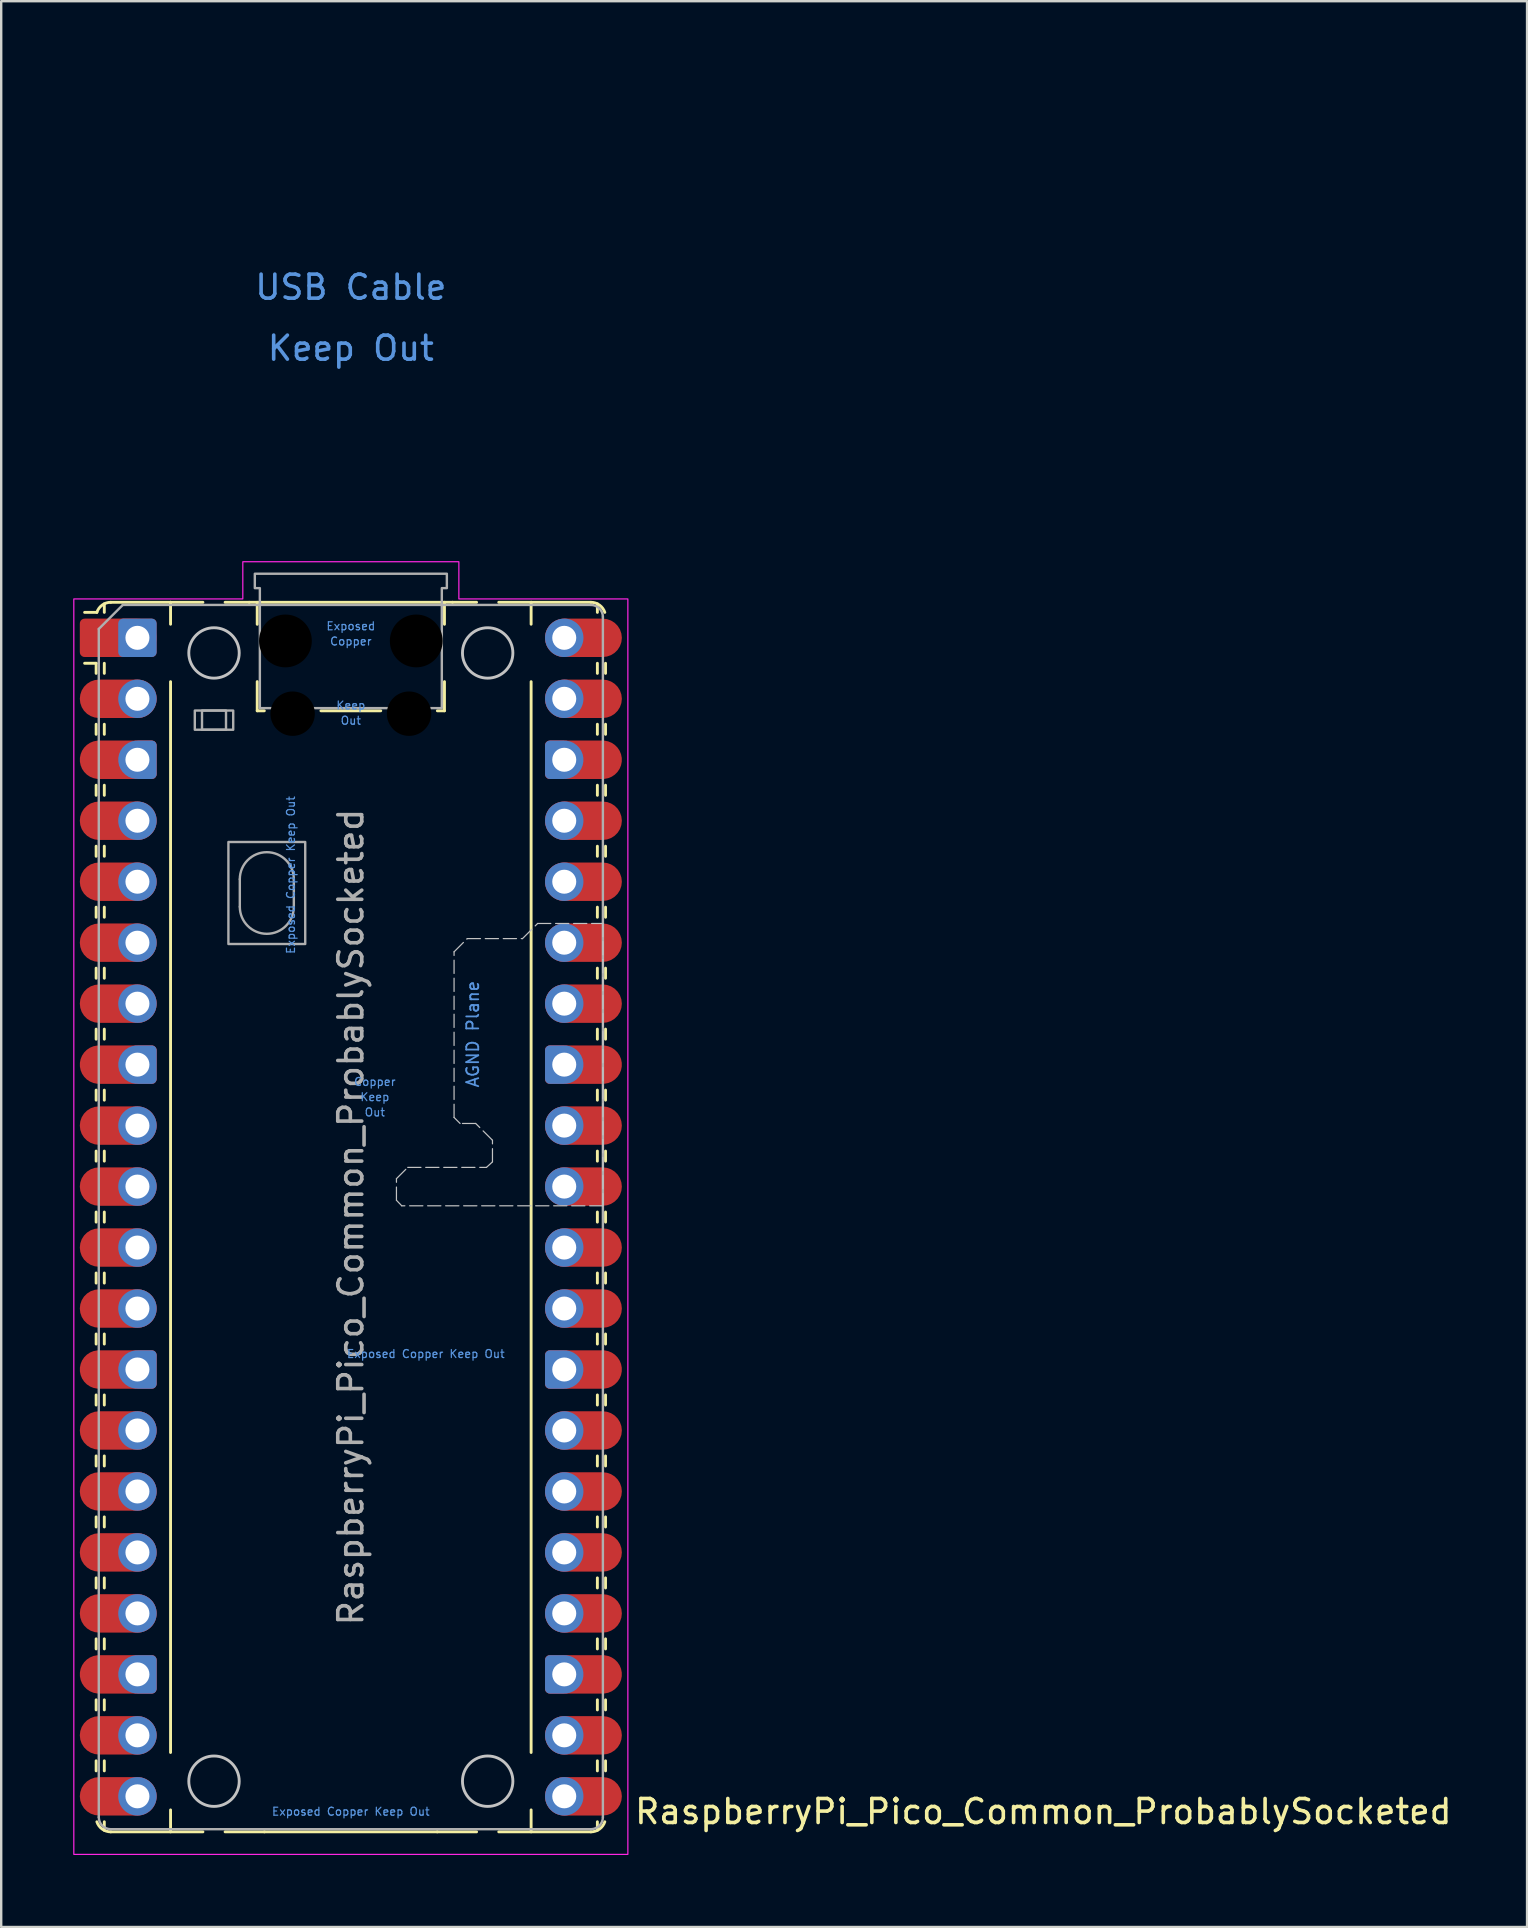
<source format=kicad_pcb>
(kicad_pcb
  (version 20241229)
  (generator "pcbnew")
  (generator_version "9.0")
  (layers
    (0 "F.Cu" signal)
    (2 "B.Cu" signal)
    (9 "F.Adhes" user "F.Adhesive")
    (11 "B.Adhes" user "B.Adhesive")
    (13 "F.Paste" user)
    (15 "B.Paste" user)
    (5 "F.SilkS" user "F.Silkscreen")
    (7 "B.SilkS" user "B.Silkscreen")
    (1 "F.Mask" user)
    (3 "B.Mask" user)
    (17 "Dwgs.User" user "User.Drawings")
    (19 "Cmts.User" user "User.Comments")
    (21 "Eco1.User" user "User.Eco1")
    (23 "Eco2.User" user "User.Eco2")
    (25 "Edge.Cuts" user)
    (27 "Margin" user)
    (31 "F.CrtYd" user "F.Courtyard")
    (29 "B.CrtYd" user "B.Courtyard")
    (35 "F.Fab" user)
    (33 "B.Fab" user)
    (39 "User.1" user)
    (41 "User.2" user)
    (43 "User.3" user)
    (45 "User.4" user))
  (footprint "RaspberryPi_Pico_Common_ProbablySocketed"
    (layer "F.Cu")
    (at 11.565 47.65)
    (property "Reference" "RaspberryPi_Pico_Common_ProbablySocketed" (at 11.748 24.765 0) (unlocked yes) (layer "F.SilkS") (effects (font (size 1 1) (thickness 0.15)) (justify left)))
    (attr through_hole)
    (fp_line (start -10.61 -23.07) (end -11.09 -23.07) (stroke (width 0.12) (type solid)) (layer "F.SilkS"))
    (fp_line (start -10.61 -23.07) (end -10.61 -22.65) (stroke (width 0.12) (type solid)) (layer "F.SilkS"))
    (fp_line (start -10.61 -20.53) (end -10.61 -20.11) (stroke (width 0.12) (type solid)) (layer "F.SilkS"))
    (fp_line (start -10.61 -17.99) (end -10.61 -17.57) (stroke (width 0.12) (type solid)) (layer "F.SilkS"))
    (fp_line (start -10.61 -15.45) (end -10.61 -15.03) (stroke (width 0.12) (type solid)) (layer "F.SilkS"))
    (fp_line (start -10.61 -12.91) (end -10.61 -12.49) (stroke (width 0.12) (type solid)) (layer "F.SilkS"))
    (fp_line (start -10.61 -10.37) (end -10.61 -9.95) (stroke (width 0.12) (type solid)) (layer "F.SilkS"))
    (fp_line (start -10.61 -7.83) (end -10.61 -7.41) (stroke (width 0.12) (type solid)) (layer "F.SilkS"))
    (fp_line (start -10.61 -5.29) (end -10.61 -4.87) (stroke (width 0.12) (type solid)) (layer "F.SilkS"))
    (fp_line (start -10.61 -2.75) (end -10.61 -2.33) (stroke (width 0.12) (type solid)) (layer "F.SilkS"))
    (fp_line (start -10.61 -0.21) (end -10.61 0.21) (stroke (width 0.12) (type solid)) (layer "F.SilkS"))
    (fp_line (start -10.61 2.33) (end -10.61 2.75) (stroke (width 0.12) (type solid)) (layer "F.SilkS"))
    (fp_line (start -10.61 4.87) (end -10.61 5.29) (stroke (width 0.12) (type solid)) (layer "F.SilkS"))
    (fp_line (start -10.61 7.41) (end -10.61 7.83) (stroke (width 0.12) (type solid)) (layer "F.SilkS"))
    (fp_line (start -10.61 9.95) (end -10.61 10.37) (stroke (width 0.12) (type solid)) (layer "F.SilkS"))
    (fp_line (start -10.61 12.49) (end -10.61 12.91) (stroke (width 0.12) (type solid)) (layer "F.SilkS"))
    (fp_line (start -10.61 15.03) (end -10.61 15.45) (stroke (width 0.12) (type solid)) (layer "F.SilkS"))
    (fp_line (start -10.61 17.57) (end -10.61 17.99) (stroke (width 0.12) (type solid)) (layer "F.SilkS"))
    (fp_line (start -10.61 20.11) (end -10.61 20.53) (stroke (width 0.12) (type solid)) (layer "F.SilkS"))
    (fp_line (start -10.61 22.65) (end -10.61 23.07) (stroke (width 0.12) (type solid)) (layer "F.SilkS"))
    (fp_line (start -10.58 -25.19) (end -11.09 -25.19) (stroke (width 0.12) (type solid)) (layer "F.SilkS"))
    (fp_line (start -10.27 -25.19) (end -10.27 -25.547) (stroke (width 0.12) (type solid)) (layer "F.SilkS"))
    (fp_line (start -10.27 -23.07) (end -10.27 -22.65) (stroke (width 0.12) (type solid)) (layer "F.SilkS"))
    (fp_line (start -10.27 -20.53) (end -10.27 -20.11) (stroke (width 0.12) (type solid)) (layer "F.SilkS"))
    (fp_line (start -10.27 -17.99) (end -10.27 -17.57) (stroke (width 0.12) (type solid)) (layer "F.SilkS"))
    (fp_line (start -10.27 -15.45) (end -10.27 -15.03) (stroke (width 0.12) (type solid)) (layer "F.SilkS"))
    (fp_line (start -10.27 -12.91) (end -10.27 -12.49) (stroke (width 0.12) (type solid)) (layer "F.SilkS"))
    (fp_line (start -10.27 -10.37) (end -10.27 -9.95) (stroke (width 0.12) (type solid)) (layer "F.SilkS"))
    (fp_line (start -10.27 -7.83) (end -10.27 -7.41) (stroke (width 0.12) (type solid)) (layer "F.SilkS"))
    (fp_line (start -10.27 -5.29) (end -10.27 -4.87) (stroke (width 0.12) (type solid)) (layer "F.SilkS"))
    (fp_line (start -10.27 -2.75) (end -10.27 -2.33) (stroke (width 0.12) (type solid)) (layer "F.SilkS"))
    (fp_line (start -10.27 -0.21) (end -10.27 0.21) (stroke (width 0.12) (type solid)) (layer "F.SilkS"))
    (fp_line (start -10.27 2.33) (end -10.27 2.75) (stroke (width 0.12) (type solid)) (layer "F.SilkS"))
    (fp_line (start -10.27 4.87) (end -10.27 5.29) (stroke (width 0.12) (type solid)) (layer "F.SilkS"))
    (fp_line (start -10.27 7.41) (end -10.27 7.83) (stroke (width 0.12) (type solid)) (layer "F.SilkS"))
    (fp_line (start -10.27 9.95) (end -10.27 10.37) (stroke (width 0.12) (type solid)) (layer "F.SilkS"))
    (fp_line (start -10.27 12.49) (end -10.27 12.91) (stroke (width 0.12) (type solid)) (layer "F.SilkS"))
    (fp_line (start -10.27 15.03) (end -10.27 15.45) (stroke (width 0.12) (type solid)) (layer "F.SilkS"))
    (fp_line (start -10.27 17.57) (end -10.27 17.99) (stroke (width 0.12) (type solid)) (layer "F.SilkS"))
    (fp_line (start -10.27 20.11) (end -10.27 20.53) (stroke (width 0.12) (type solid)) (layer "F.SilkS"))
    (fp_line (start -10.27 22.65) (end -10.27 23.07) (stroke (width 0.12) (type solid)) (layer "F.SilkS"))
    (fp_line (start -10.27 25.19) (end -10.27 25.547) (stroke (width 0.12) (type solid)) (layer "F.SilkS"))
    (fp_line (start -10 -25.61) (end -7.51 -25.61) (stroke (width 0.12) (type solid)) (layer "F.SilkS"))
    (fp_line (start -10 25.61) (end -6.162 25.61) (stroke (width 0.12) (type solid)) (layer "F.SilkS"))
    (fp_line (start -7.51 -25.61) (end -7.51 -24.696) (stroke (width 0.12) (type solid)) (layer "F.SilkS"))
    (fp_line (start -7.51 -25.61) (end -6.162 -25.61) (stroke (width 0.12) (type solid)) (layer "F.SilkS"))
    (fp_line (start -7.51 -22.304) (end -7.51 22.304) (stroke (width 0.12) (type solid)) (layer "F.SilkS"))
    (fp_line (start -7.51 24.696) (end -7.51 25.61) (stroke (width 0.12) (type solid)) (layer "F.SilkS"))
    (fp_line (start -5.238 -25.61) (end -4.235 -25.61) (stroke (width 0.12) (type solid)) (layer "F.SilkS"))
    (fp_line (start -4.235 -25.61) (end 4.235 -25.61) (stroke (width 0.12) (type solid)) (layer "F.SilkS"))
    (fp_line (start -3.9 -25.61) (end -3.9 -24.694) (stroke (width 0.12) (type solid)) (layer "F.SilkS"))
    (fp_line (start -3.9 -22.306) (end -3.9 -21.09) (stroke (width 0.12) (type solid)) (layer "F.SilkS"))
    (fp_line (start -3.9 -21.09) (end -3.604 -21.09) (stroke (width 0.12) (type solid)) (layer "F.SilkS"))
    (fp_line (start -3.6 25.61) (end -5.238 25.61) (stroke (width 0.12) (type solid)) (layer "F.SilkS"))
    (fp_line (start -1.246 -21.09) (end 1.246 -21.09) (stroke (width 0.12) (type solid)) (layer "F.SilkS"))
    (fp_line (start 3.6 25.61) (end -3.6 25.61) (stroke (width 0.12) (type solid)) (layer "F.SilkS"))
    (fp_line (start 3.604 -21.09) (end 3.9 -21.09) (stroke (width 0.12) (type solid)) (layer "F.SilkS"))
    (fp_line (start 3.9 -25.61) (end 3.9 -24.694) (stroke (width 0.12) (type solid)) (layer "F.SilkS"))
    (fp_line (start 3.9 -22.306) (end 3.9 -21.09) (stroke (width 0.12) (type solid)) (layer "F.SilkS"))
    (fp_line (start 4.235 -25.61) (end 5.238 -25.61) (stroke (width 0.12) (type solid)) (layer "F.SilkS"))
    (fp_line (start 5.238 25.61) (end 3.6 25.61) (stroke (width 0.12) (type solid)) (layer "F.SilkS"))
    (fp_line (start 6.162 -25.61) (end 7.51 -25.61) (stroke (width 0.12) (type solid)) (layer "F.SilkS"))
    (fp_line (start 6.162 25.61) (end 10 25.61) (stroke (width 0.12) (type solid)) (layer "F.SilkS"))
    (fp_line (start 7.51 -25.61) (end 7.51 -24.696) (stroke (width 0.12) (type solid)) (layer "F.SilkS"))
    (fp_line (start 7.51 -22.304) (end 7.51 22.304) (stroke (width 0.12) (type solid)) (layer "F.SilkS"))
    (fp_line (start 7.51 24.696) (end 7.51 25.61) (stroke (width 0.12) (type solid)) (layer "F.SilkS"))
    (fp_line (start 10 -25.61) (end 7.51 -25.61) (stroke (width 0.12) (type solid)) (layer "F.SilkS"))
    (fp_line (start 10.27 -25.19) (end 10.27 -25.547) (stroke (width 0.12) (type solid)) (layer "F.SilkS"))
    (fp_line (start 10.27 -23.07) (end 10.27 -22.65) (stroke (width 0.12) (type solid)) (layer "F.SilkS"))
    (fp_line (start 10.27 -20.53) (end 10.27 -20.11) (stroke (width 0.12) (type solid)) (layer "F.SilkS"))
    (fp_line (start 10.27 -17.99) (end 10.27 -17.57) (stroke (width 0.12) (type solid)) (layer "F.SilkS"))
    (fp_line (start 10.27 -15.45) (end 10.27 -15.03) (stroke (width 0.12) (type solid)) (layer "F.SilkS"))
    (fp_line (start 10.27 -12.91) (end 10.27 -12.49) (stroke (width 0.12) (type solid)) (layer "F.SilkS"))
    (fp_line (start 10.27 -10.37) (end 10.27 -9.95) (stroke (width 0.12) (type solid)) (layer "F.SilkS"))
    (fp_line (start 10.27 -7.83) (end 10.27 -7.41) (stroke (width 0.12) (type solid)) (layer "F.SilkS"))
    (fp_line (start 10.27 -5.29) (end 10.27 -4.87) (stroke (width 0.12) (type solid)) (layer "F.SilkS"))
    (fp_line (start 10.27 -2.75) (end 10.27 -2.33) (stroke (width 0.12) (type solid)) (layer "F.SilkS"))
    (fp_line (start 10.27 -0.21) (end 10.27 0.21) (stroke (width 0.12) (type solid)) (layer "F.SilkS"))
    (fp_line (start 10.27 2.33) (end 10.27 2.75) (stroke (width 0.12) (type solid)) (layer "F.SilkS"))
    (fp_line (start 10.27 4.87) (end 10.27 5.29) (stroke (width 0.12) (type solid)) (layer "F.SilkS"))
    (fp_line (start 10.27 7.41) (end 10.27 7.83) (stroke (width 0.12) (type solid)) (layer "F.SilkS"))
    (fp_line (start 10.27 9.95) (end 10.27 10.37) (stroke (width 0.12) (type solid)) (layer "F.SilkS"))
    (fp_line (start 10.27 12.49) (end 10.27 12.91) (stroke (width 0.12) (type solid)) (layer "F.SilkS"))
    (fp_line (start 10.27 15.03) (end 10.27 15.45) (stroke (width 0.12) (type solid)) (layer "F.SilkS"))
    (fp_line (start 10.27 17.57) (end 10.27 17.99) (stroke (width 0.12) (type solid)) (layer "F.SilkS"))
    (fp_line (start 10.27 20.11) (end 10.27 20.53) (stroke (width 0.12) (type solid)) (layer "F.SilkS"))
    (fp_line (start 10.27 22.65) (end 10.27 23.07) (stroke (width 0.12) (type solid)) (layer "F.SilkS"))
    (fp_line (start 10.27 25.19) (end 10.27 25.547) (stroke (width 0.12) (type solid)) (layer "F.SilkS"))
    (fp_line (start 10.61 -23.07) (end 10.61 -22.65) (stroke (width 0.12) (type solid)) (layer "F.SilkS"))
    (fp_line (start 10.61 -20.53) (end 10.61 -20.11) (stroke (width 0.12) (type solid)) (layer "F.SilkS"))
    (fp_line (start 10.61 -17.99) (end 10.61 -17.57) (stroke (width 0.12) (type solid)) (layer "F.SilkS"))
    (fp_line (start 10.61 -15.45) (end 10.61 -15.03) (stroke (width 0.12) (type solid)) (layer "F.SilkS"))
    (fp_line (start 10.61 -12.91) (end 10.61 -12.49) (stroke (width 0.12) (type solid)) (layer "F.SilkS"))
    (fp_line (start 10.61 -10.37) (end 10.61 -9.95) (stroke (width 0.12) (type solid)) (layer "F.SilkS"))
    (fp_line (start 10.61 -7.83) (end 10.61 -7.41) (stroke (width 0.12) (type solid)) (layer "F.SilkS"))
    (fp_line (start 10.61 -5.29) (end 10.61 -4.87) (stroke (width 0.12) (type solid)) (layer "F.SilkS"))
    (fp_line (start 10.61 -2.75) (end 10.61 -2.33) (stroke (width 0.12) (type solid)) (layer "F.SilkS"))
    (fp_line (start 10.61 -0.21) (end 10.61 0.21) (stroke (width 0.12) (type solid)) (layer "F.SilkS"))
    (fp_line (start 10.61 2.33) (end 10.61 2.75) (stroke (width 0.12) (type solid)) (layer "F.SilkS"))
    (fp_line (start 10.61 4.87) (end 10.61 5.29) (stroke (width 0.12) (type solid)) (layer "F.SilkS"))
    (fp_line (start 10.61 7.41) (end 10.61 7.83) (stroke (width 0.12) (type solid)) (layer "F.SilkS"))
    (fp_line (start 10.61 9.95) (end 10.61 10.37) (stroke (width 0.12) (type solid)) (layer "F.SilkS"))
    (fp_line (start 10.61 12.49) (end 10.61 12.91) (stroke (width 0.12) (type solid)) (layer "F.SilkS"))
    (fp_line (start 10.61 15.03) (end 10.61 15.45) (stroke (width 0.12) (type solid)) (layer "F.SilkS"))
    (fp_line (start 10.61 17.57) (end 10.61 17.99) (stroke (width 0.12) (type solid)) (layer "F.SilkS"))
    (fp_line (start 10.61 20.11) (end 10.61 20.53) (stroke (width 0.12) (type solid)) (layer "F.SilkS"))
    (fp_line (start 10.61 22.65) (end 10.61 23.07) (stroke (width 0.12) (type solid)) (layer "F.SilkS"))
    (fp_arc (start -10.579676 -25.19) (mid -10.357938 -25.493944) (end -10 -25.61) (stroke (width 0.12) (type solid)) (layer "F.SilkS"))
    (fp_arc (start -10 25.61) (mid -10.357937 25.493944) (end -10.579676 25.189937) (stroke (width 0.12) (type solid)) (layer "F.SilkS"))
    (fp_arc (start 10 -25.61) (mid 10.357937 -25.493944) (end 10.579676 -25.189937) (stroke (width 0.12) (type solid)) (layer "F.SilkS"))
    (fp_arc (start 10.579676 25.189937) (mid 10.357946 25.493957) (end 10 25.61) (stroke (width 0.12) (type solid)) (layer "F.SilkS"))
    (fp_circle (center -5.7 -23.5) (end -4.65 -23.5) (stroke (width 0.12) (type solid)) (fill no) (layer "Dwgs.User"))
    (fp_circle (center -5.7 23.5) (end -4.65 23.5) (stroke (width 0.12) (type solid)) (fill no) (layer "Dwgs.User"))
    (fp_circle (center 5.7 -23.5) (end 6.75 -23.5) (stroke (width 0.12) (type solid)) (fill no) (layer "Dwgs.User"))
    (fp_circle (center 5.7 23.5) (end 6.75 23.5) (stroke (width 0.12) (type solid)) (fill no) (layer "Dwgs.User"))
    (fp_poly (pts (xy 10.5 -0.47) (xy 2.12 -0.47) (xy 1.9 -0.7) (xy 1.9 -1.6) (xy 2.37 -2.07) (xy 5.65 -2.07) (xy 5.9 -2.3) (xy 5.9 -3.2) (xy 5.2 -3.9) (xy 4.55 -3.9) (xy 4.3 -4.15) (xy 4.3 -11.05) (xy 4.85 -11.6) (xy 7.15 -11.6) (xy 7.78 -12.23) (xy 10.5 -12.23)) (stroke (width 0.05) (type dash)) (fill no) (layer "Dwgs.User"))
    (fp_poly (pts (xy -4.5 -27.3) (xy 4.5 -27.3) (xy 4.5 -25.75) (xy 11.54 -25.75) (xy 11.54 26.55) (xy -11.54 26.55) (xy -11.54 -25.75) (xy -4.5 -25.75)) (stroke (width 0.05) (type solid)) (fill no) (layer "F.CrtYd"))
    (fp_line (start -10.5 -24.5) (end -9.5 -25.5) (stroke (width 0.1) (type solid)) (layer "F.Fab"))
    (fp_line (start -10.5 25) (end -10.5 -24.5) (stroke (width 0.1) (type solid)) (layer "F.Fab"))
    (fp_line (start -9.5 -25.5) (end 10 -25.5) (stroke (width 0.1) (type solid)) (layer "F.Fab"))
    (fp_line (start -4.625 -14.075) (end -4.625 -12.925) (stroke (width 0.1) (type solid)) (layer "F.Fab"))
    (fp_line (start -2.375 -14.075) (end -2.375 -12.925) (stroke (width 0.1) (type solid)) (layer "F.Fab"))
    (fp_line (start 10 25.5) (end -10 25.5) (stroke (width 0.1) (type solid)) (layer "F.Fab"))
    (fp_line (start 10.5 -25) (end 10.5 25) (stroke (width 0.1) (type solid)) (layer "F.Fab"))
    (fp_rect (start -6.5 -21.1) (end -4.9 -20.3) (stroke (width 0.1) (type solid)) (fill no) (layer "F.Fab"))
    (fp_rect (start -6.2 -21.1) (end -5.2 -20.3) (stroke (width 0.1) (type solid)) (fill no) (layer "F.Fab"))
    (fp_rect (start -5.1 -15.625) (end -1.9 -11.375) (stroke (width 0.1) (type solid)) (fill no) (layer "F.Fab"))
    (fp_arc (start -10 25.5) (mid -10.353553 25.353553) (end -10.5 25) (stroke (width 0.1) (type solid)) (layer "F.Fab"))
    (fp_arc (start -4.625 -14.075) (mid -3.5 -15.2) (end -2.375 -14.075) (stroke (width 0.1) (type solid)) (layer "F.Fab"))
    (fp_arc (start -2.375 -12.925) (mid -3.5 -11.8) (end -4.625 -12.925) (stroke (width 0.1) (type solid)) (layer "F.Fab"))
    (fp_arc (start 10 -25.5) (mid 10.353553 -25.353553) (end 10.5 -25) (stroke (width 0.1) (type solid)) (layer "F.Fab"))
    (fp_arc (start 10.5 25) (mid 10.353553 25.353553) (end 10 25.5) (stroke (width 0.1) (type solid)) (layer "F.Fab"))
    (fp_poly (pts (xy 3.79 -21.2) (xy 3.79 -26.2) (xy 4 -26.2) (xy 4 -26.8) (xy -4 -26.8) (xy -4 -26.2) (xy -3.79 -26.2) (xy -3.79 -21.2)) (stroke (width 0.1) (type solid)) (fill no) (layer "F.Fab"))
    (fp_text user "Exposed Copper Keep Out" (at 3.124 5.7 0) (unlocked yes) (layer "Cmts.User") (effects (font (size 0.333 0.333) (thickness 0.05))))
    (fp_text user "Copper" (at 0 -23.983 0) (unlocked yes) (layer "Cmts.User") (effects (font (size 0.333 0.333) (thickness 0.05))))
    (fp_text user "AGND Plane" (at 5.08 -7.62 90) (unlocked yes) (layer "Cmts.User") (effects (font (size 0.5 0.5) (thickness 0.075))))
    (fp_text user "Keep" (at 1 -5 0) (unlocked yes) (layer "Cmts.User") (effects (font (size 0.333 0.333) (thickness 0.05))))
    (fp_text user "USB Cable" (at 0 -38.735 0) (unlocked yes) (layer "Cmts.User") (effects (font (size 1 1) (thickness 0.15))))
    (fp_text user "Exposed Copper Keep Out" (at -2.5 -14.25 90) (unlocked yes) (layer "Cmts.User") (effects (font (size 0.333 0.333) (thickness 0.05))))
    (fp_text user "Out" (at 0 -20.683 0) (unlocked yes) (layer "Cmts.User") (effects (font (size 0.333 0.333) (thickness 0.05))))
    (fp_text user "Exposed" (at 0 -24.617 0) (unlocked yes) (layer "Cmts.User") (effects (font (size 0.333 0.333) (thickness 0.05))))
    (fp_text user "Copper" (at 1 -5.635 0) (unlocked yes) (layer "Cmts.User") (effects (font (size 0.333 0.333) (thickness 0.05))))
    (fp_text user "Keep" (at 0 -21.317 0) (unlocked yes) (layer "Cmts.User") (effects (font (size 0.333 0.333) (thickness 0.05))))
    (fp_text user "Exposed Copper Keep Out" (at 0 24.765 0) (unlocked yes) (layer "Cmts.User") (effects (font (size 0.333 0.333) (thickness 0.05))))
    (fp_text user "Out" (at 1 -4.365 0) (unlocked yes) (layer "Cmts.User") (effects (font (size 0.333 0.333) (thickness 0.05))))
    (fp_text user "Keep Out" (at 0 -36.195 0) (unlocked yes) (layer "Cmts.User") (effects (font (size 1 1) (thickness 0.15))))
    (fp_text user "${REFERENCE}" (at 0 0 90) (layer "F.Fab") (effects (font (size 1 1) (thickness 0.15))))
    (pad "" np_thru_hole circle (at -2.725 -24) (size 2.2 2.2) (drill 2.2) (layers "*.Mask"))
    (pad "" np_thru_hole circle (at -2.425 -20.97) (size 1.85 1.85) (drill 1.85) (layers "*.Mask"))
    (pad "" np_thru_hole circle (at 2.425 -20.97) (size 1.85 1.85) (drill 1.85) (layers "*.Mask"))
    (pad "" np_thru_hole circle (at 2.725 -24) (size 2.2 2.2) (drill 2.2) (layers "*.Mask"))
    (pad "1" smd custom (at -9.69 -24.13) (size 1.6 0.8) (layers "F.Cu" "F.Mask") (options (anchor rect)) (primitives (gr_circle (center 0.8 0) (end 1.6 0) (width 0) (fill yes)) (gr_poly (pts (xy -1.6 -0.6) (xy -1.6 0.6) (xy -1.4 0.8) (xy 0.8 0.8) (xy 0.8 -0.8) (xy -1.4 -0.8)) (width 0) (fill yes)) (gr_circle (center -1.4 -0.6) (end -1.2 -0.6) (width 0) (fill yes)) (gr_circle (center -1.4 0.6) (end -1.2 0.6) (width 0) (fill yes))))
    (pad "1" thru_hole roundrect (at -8.89 -24.13) (size 1.6 1.6) (drill 1) (layers "*.Cu" "*.Mask") (roundrect_rratio 0.125))
    (pad "2" smd roundrect (at -9.69 -21.59) (size 3.2 1.6) (layers "F.Cu" "F.Mask") (roundrect_rratio 0.5))
    (pad "2" thru_hole circle (at -8.89 -21.59) (size 1.6 1.6) (drill 1) (layers "*.Cu" "*.Mask"))
    (pad "3" smd custom (at -9.69 -19.05) (size 1.6 0.8) (layers "F.Cu" "F.Mask") (options (anchor rect)) (primitives (gr_circle (center -0.8 0) (end 0 0) (width 0) (fill yes)) (gr_poly (pts (xy 1.6 -0.6) (xy 1.6 0.6) (xy 1.4 0.8) (xy -0.8 0.8) (xy -0.8 -0.8) (xy 1.4 -0.8)) (width 0) (fill yes)) (gr_circle (center 1.4 -0.6) (end 1.6 -0.6) (width 0) (fill yes)) (gr_circle (center 1.4 0.6) (end 1.6 0.6) (width 0) (fill yes))))
    (pad "3" thru_hole custom (at -8.89 -19.05) (size 1.6 1.6) (drill 1) (layers "*.Cu" "*.Mask") (options (anchor circle)) (primitives (gr_poly (pts (xy 0.8 0.6) (xy 0.8 -0.6) (xy 0.6 -0.8) (xy 0 -0.8) (xy 0 0.8) (xy 0.6 0.8)) (width 0) (fill yes)) (gr_circle (center 0.6 0.6) (end 0.8 0.6) (width 0) (fill yes)) (gr_circle (center 0.6 -0.6) (end 0.8 -0.6) (width 0) (fill yes))))
    (pad "4" smd roundrect (at -9.69 -16.51) (size 3.2 1.6) (layers "F.Cu" "F.Mask") (roundrect_rratio 0.5))
    (pad "4" thru_hole circle (at -8.89 -16.51) (size 1.6 1.6) (drill 1) (layers "*.Cu" "*.Mask"))
    (pad "5" smd roundrect (at -9.69 -13.97) (size 3.2 1.6) (layers "F.Cu" "F.Mask") (roundrect_rratio 0.5))
    (pad "5" thru_hole circle (at -8.89 -13.97) (size 1.6 1.6) (drill 1) (layers "*.Cu" "*.Mask"))
    (pad "6" smd roundrect (at -9.69 -11.43) (size 3.2 1.6) (layers "F.Cu" "F.Mask") (roundrect_rratio 0.5))
    (pad "6" thru_hole circle (at -8.89 -11.43) (size 1.6 1.6) (drill 1) (layers "*.Cu" "*.Mask"))
    (pad "7" smd roundrect (at -9.69 -8.89) (size 3.2 1.6) (layers "F.Cu" "F.Mask") (roundrect_rratio 0.5))
    (pad "7" thru_hole circle (at -8.89 -8.89) (size 1.6 1.6) (drill 1) (layers "*.Cu" "*.Mask"))
    (pad "8" smd custom (at -9.69 -6.35) (size 1.6 0.8) (layers "F.Cu" "F.Mask") (options (anchor rect)) (primitives (gr_circle (center -0.8 0) (end 0 0) (width 0) (fill yes)) (gr_poly (pts (xy 1.6 -0.6) (xy 1.6 0.6) (xy 1.4 0.8) (xy -0.8 0.8) (xy -0.8 -0.8) (xy 1.4 -0.8)) (width 0) (fill yes)) (gr_circle (center 1.4 -0.6) (end 1.6 -0.6) (width 0) (fill yes)) (gr_circle (center 1.4 0.6) (end 1.6 0.6) (width 0) (fill yes))))
    (pad "8" thru_hole custom (at -8.89 -6.35) (size 1.6 1.6) (drill 1) (layers "*.Cu" "*.Mask") (options (anchor circle)) (primitives (gr_poly (pts (xy 0.8 0.6) (xy 0.8 -0.6) (xy 0.6 -0.8) (xy 0 -0.8) (xy 0 0.8) (xy 0.6 0.8)) (width 0) (fill yes)) (gr_circle (center 0.6 0.6) (end 0.8 0.6) (width 0) (fill yes)) (gr_circle (center 0.6 -0.6) (end 0.8 -0.6) (width 0) (fill yes))))
    (pad "9" smd roundrect (at -9.69 -3.81) (size 3.2 1.6) (layers "F.Cu" "F.Mask") (roundrect_rratio 0.5))
    (pad "9" thru_hole circle (at -8.89 -3.81) (size 1.6 1.6) (drill 1) (layers "*.Cu" "*.Mask"))
    (pad "10" smd roundrect (at -9.69 -1.27) (size 3.2 1.6) (layers "F.Cu" "F.Mask") (roundrect_rratio 0.5))
    (pad "10" thru_hole circle (at -8.89 -1.27) (size 1.6 1.6) (drill 1) (layers "*.Cu" "*.Mask"))
    (pad "11" smd roundrect (at -9.69 1.27) (size 3.2 1.6) (layers "F.Cu" "F.Mask") (roundrect_rratio 0.5))
    (pad "11" thru_hole circle (at -8.89 1.27) (size 1.6 1.6) (drill 1) (layers "*.Cu" "*.Mask"))
    (pad "12" smd roundrect (at -9.69 3.81) (size 3.2 1.6) (layers "F.Cu" "F.Mask") (roundrect_rratio 0.5))
    (pad "12" thru_hole circle (at -8.89 3.81) (size 1.6 1.6) (drill 1) (layers "*.Cu" "*.Mask"))
    (pad "13" smd custom (at -9.69 6.35) (size 1.6 0.8) (layers "F.Cu" "F.Mask") (options (anchor rect)) (primitives (gr_circle (center -0.8 0) (end 0 0) (width 0) (fill yes)) (gr_poly (pts (xy 1.6 -0.6) (xy 1.6 0.6) (xy 1.4 0.8) (xy -0.8 0.8) (xy -0.8 -0.8) (xy 1.4 -0.8)) (width 0) (fill yes)) (gr_circle (center 1.4 -0.6) (end 1.6 -0.6) (width 0) (fill yes)) (gr_circle (center 1.4 0.6) (end 1.6 0.6) (width 0) (fill yes))))
    (pad "13" thru_hole custom (at -8.89 6.35) (size 1.6 1.6) (drill 1) (layers "*.Cu" "*.Mask") (options (anchor circle)) (primitives (gr_poly (pts (xy 0.8 0.6) (xy 0.8 -0.6) (xy 0.6 -0.8) (xy 0 -0.8) (xy 0 0.8) (xy 0.6 0.8)) (width 0) (fill yes)) (gr_circle (center 0.6 0.6) (end 0.8 0.6) (width 0) (fill yes)) (gr_circle (center 0.6 -0.6) (end 0.8 -0.6) (width 0) (fill yes))))
    (pad "14" smd roundrect (at -9.69 8.89) (size 3.2 1.6) (layers "F.Cu" "F.Mask") (roundrect_rratio 0.5))
    (pad "14" thru_hole circle (at -8.89 8.89) (size 1.6 1.6) (drill 1) (layers "*.Cu" "*.Mask"))
    (pad "15" smd roundrect (at -9.69 11.43) (size 3.2 1.6) (layers "F.Cu" "F.Mask") (roundrect_rratio 0.5))
    (pad "15" thru_hole circle (at -8.89 11.43) (size 1.6 1.6) (drill 1) (layers "*.Cu" "*.Mask"))
    (pad "16" smd roundrect (at -9.69 13.97) (size 3.2 1.6) (layers "F.Cu" "F.Mask") (roundrect_rratio 0.5))
    (pad "16" thru_hole circle (at -8.89 13.97) (size 1.6 1.6) (drill 1) (layers "*.Cu" "*.Mask"))
    (pad "17" smd roundrect (at -9.69 16.51) (size 3.2 1.6) (layers "F.Cu" "F.Mask") (roundrect_rratio 0.5))
    (pad "17" thru_hole circle (at -8.89 16.51) (size 1.6 1.6) (drill 1) (layers "*.Cu" "*.Mask"))
    (pad "18" smd custom (at -9.69 19.05) (size 1.6 0.8) (layers "F.Cu" "F.Mask") (options (anchor rect)) (primitives (gr_circle (center -0.8 0) (end 0 0) (width 0) (fill yes)) (gr_poly (pts (xy 1.6 -0.6) (xy 1.6 0.6) (xy 1.4 0.8) (xy -0.8 0.8) (xy -0.8 -0.8) (xy 1.4 -0.8)) (width 0) (fill yes)) (gr_circle (center 1.4 -0.6) (end 1.6 -0.6) (width 0) (fill yes)) (gr_circle (center 1.4 0.6) (end 1.6 0.6) (width 0) (fill yes))))
    (pad "18" thru_hole custom (at -8.89 19.05) (size 1.6 1.6) (drill 1) (layers "*.Cu" "*.Mask") (options (anchor circle)) (primitives (gr_poly (pts (xy 0.8 0.6) (xy 0.8 -0.6) (xy 0.6 -0.8) (xy 0 -0.8) (xy 0 0.8) (xy 0.6 0.8)) (width 0) (fill yes)) (gr_circle (center 0.6 0.6) (end 0.8 0.6) (width 0) (fill yes)) (gr_circle (center 0.6 -0.6) (end 0.8 -0.6) (width 0) (fill yes))))
    (pad "19" smd roundrect (at -9.69 21.59) (size 3.2 1.6) (layers "F.Cu" "F.Mask") (roundrect_rratio 0.5))
    (pad "19" thru_hole circle (at -8.89 21.59) (size 1.6 1.6) (drill 1) (layers "*.Cu" "*.Mask"))
    (pad "20" smd roundrect (at -9.69 24.13) (size 3.2 1.6) (layers "F.Cu" "F.Mask") (roundrect_rratio 0.5))
    (pad "20" thru_hole circle (at -8.89 24.13) (size 1.6 1.6) (drill 1) (layers "*.Cu" "*.Mask"))
    (pad "21" thru_hole circle (at 8.89 24.13) (size 1.6 1.6) (drill 1) (layers "*.Cu" "*.Mask"))
    (pad "21" smd roundrect (at 9.69 24.13) (size 3.2 1.6) (layers "F.Cu" "F.Mask") (roundrect_rratio 0.5))
    (pad "22" thru_hole circle (at 8.89 21.59) (size 1.6 1.6) (drill 1) (layers "*.Cu" "*.Mask"))
    (pad "22" smd roundrect (at 9.69 21.59) (size 3.2 1.6) (layers "F.Cu" "F.Mask") (roundrect_rratio 0.5))
    (pad "23" thru_hole custom (at 8.89 19.05) (size 1.6 1.6) (drill 1) (layers "*.Cu" "*.Mask") (options (anchor circle)) (primitives (gr_poly (pts (xy -0.8 0.6) (xy -0.8 -0.6) (xy -0.6 -0.8) (xy 0 -0.8) (xy 0 0.8) (xy -0.6 0.8)) (width 0) (fill yes)) (gr_circle (center -0.6 0.6) (end -0.4 0.6) (width 0) (fill yes)) (gr_circle (center -0.6 -0.6) (end -0.4 -0.6) (width 0) (fill yes))))
    (pad "23" smd custom (at 9.69 19.05) (size 1.6 0.8) (layers "F.Cu" "F.Mask") (options (anchor rect)) (primitives (gr_circle (center 0.8 0) (end 1.6 0) (width 0) (fill yes)) (gr_poly (pts (xy -1.6 -0.6) (xy -1.6 0.6) (xy -1.4 0.8) (xy 0.8 0.8) (xy 0.8 -0.8) (xy -1.4 -0.8)) (width 0) (fill yes)) (gr_circle (center -1.4 -0.6) (end -1.2 -0.6) (width 0) (fill yes)) (gr_circle (center -1.4 0.6) (end -1.2 0.6) (width 0) (fill yes))))
    (pad "24" thru_hole circle (at 8.89 16.51) (size 1.6 1.6) (drill 1) (layers "*.Cu" "*.Mask"))
    (pad "24" smd roundrect (at 9.69 16.51) (size 3.2 1.6) (layers "F.Cu" "F.Mask") (roundrect_rratio 0.5))
    (pad "25" thru_hole circle (at 8.89 13.97) (size 1.6 1.6) (drill 1) (layers "*.Cu" "*.Mask"))
    (pad "25" smd roundrect (at 9.69 13.97) (size 3.2 1.6) (layers "F.Cu" "F.Mask") (roundrect_rratio 0.5))
    (pad "26" thru_hole circle (at 8.89 11.43) (size 1.6 1.6) (drill 1) (layers "*.Cu" "*.Mask"))
    (pad "26" smd roundrect (at 9.69 11.43) (size 3.2 1.6) (layers "F.Cu" "F.Mask") (roundrect_rratio 0.5))
    (pad "27" thru_hole circle (at 8.89 8.89) (size 1.6 1.6) (drill 1) (layers "*.Cu" "*.Mask"))
    (pad "27" smd roundrect (at 9.69 8.89) (size 3.2 1.6) (layers "F.Cu" "F.Mask") (roundrect_rratio 0.5))
    (pad "28" thru_hole custom (at 8.89 6.35) (size 1.6 1.6) (drill 1) (layers "*.Cu" "*.Mask") (options (anchor circle)) (primitives (gr_poly (pts (xy -0.8 0.6) (xy -0.8 -0.6) (xy -0.6 -0.8) (xy 0 -0.8) (xy 0 0.8) (xy -0.6 0.8)) (width 0) (fill yes)) (gr_circle (center -0.6 0.6) (end -0.4 0.6) (width 0) (fill yes)) (gr_circle (center -0.6 -0.6) (end -0.4 -0.6) (width 0) (fill yes))))
    (pad "28" smd custom (at 9.69 6.35) (size 1.6 0.8) (layers "F.Cu" "F.Mask") (options (anchor rect)) (primitives (gr_circle (center 0.8 0) (end 1.6 0) (width 0) (fill yes)) (gr_poly (pts (xy -1.6 -0.6) (xy -1.6 0.6) (xy -1.4 0.8) (xy 0.8 0.8) (xy 0.8 -0.8) (xy -1.4 -0.8)) (width 0) (fill yes)) (gr_circle (center -1.4 -0.6) (end -1.2 -0.6) (width 0) (fill yes)) (gr_circle (center -1.4 0.6) (end -1.2 0.6) (width 0) (fill yes))))
    (pad "29" thru_hole circle (at 8.89 3.81) (size 1.6 1.6) (drill 1) (layers "*.Cu" "*.Mask"))
    (pad "29" smd roundrect (at 9.69 3.81) (size 3.2 1.6) (layers "F.Cu" "F.Mask") (roundrect_rratio 0.5))
    (pad "30" thru_hole circle (at 8.89 1.27) (size 1.6 1.6) (drill 1) (layers "*.Cu" "*.Mask"))
    (pad "30" smd roundrect (at 9.69 1.27) (size 3.2 1.6) (layers "F.Cu" "F.Mask") (roundrect_rratio 0.5))
    (pad "31" thru_hole circle (at 8.89 -1.27) (size 1.6 1.6) (drill 1) (layers "*.Cu" "*.Mask"))
    (pad "31" smd roundrect (at 9.69 -1.27) (size 3.2 1.6) (layers "F.Cu" "F.Mask") (roundrect_rratio 0.5))
    (pad "32" thru_hole circle (at 8.89 -3.81) (size 1.6 1.6) (drill 1) (layers "*.Cu" "*.Mask"))
    (pad "32" smd roundrect (at 9.69 -3.81) (size 3.2 1.6) (layers "F.Cu" "F.Mask") (roundrect_rratio 0.5))
    (pad "33" thru_hole custom (at 8.89 -6.35) (size 1.6 1.6) (drill 1) (layers "*.Cu" "*.Mask") (options (anchor circle)) (primitives (gr_poly (pts (xy -0.8 0.6) (xy -0.8 -0.6) (xy -0.6 -0.8) (xy 0 -0.8) (xy 0 0.8) (xy -0.6 0.8)) (width 0) (fill yes)) (gr_circle (center -0.6 0.6) (end -0.4 0.6) (width 0) (fill yes)) (gr_circle (center -0.6 -0.6) (end -0.4 -0.6) (width 0) (fill yes))))
    (pad "33" smd custom (at 9.69 -6.35) (size 1.6 0.8) (layers "F.Cu" "F.Mask") (options (anchor rect)) (primitives (gr_circle (center 0.8 0) (end 1.6 0) (width 0) (fill yes)) (gr_poly (pts (xy -1.6 -0.6) (xy -1.6 0.6) (xy -1.4 0.8) (xy 0.8 0.8) (xy 0.8 -0.8) (xy -1.4 -0.8)) (width 0) (fill yes)) (gr_circle (center -1.4 -0.6) (end -1.2 -0.6) (width 0) (fill yes)) (gr_circle (center -1.4 0.6) (end -1.2 0.6) (width 0) (fill yes))))
    (pad "34" thru_hole circle (at 8.89 -8.89) (size 1.6 1.6) (drill 1) (layers "*.Cu" "*.Mask"))
    (pad "34" smd roundrect (at 9.69 -8.89) (size 3.2 1.6) (layers "F.Cu" "F.Mask") (roundrect_rratio 0.5))
    (pad "35" thru_hole circle (at 8.89 -11.43) (size 1.6 1.6) (drill 1) (layers "*.Cu" "*.Mask"))
    (pad "35" smd roundrect (at 9.69 -11.43) (size 3.2 1.6) (layers "F.Cu" "F.Mask") (roundrect_rratio 0.5))
    (pad "36" thru_hole circle (at 8.89 -13.97) (size 1.6 1.6) (drill 1) (layers "*.Cu" "*.Mask"))
    (pad "36" smd roundrect (at 9.69 -13.97) (size 3.2 1.6) (layers "F.Cu" "F.Mask") (roundrect_rratio 0.5))
    (pad "37" thru_hole circle (at 8.89 -16.51) (size 1.6 1.6) (drill 1) (layers "*.Cu" "*.Mask"))
    (pad "37" smd roundrect (at 9.69 -16.51) (size 3.2 1.6) (layers "F.Cu" "F.Mask") (roundrect_rratio 0.5))
    (pad "38" thru_hole custom (at 8.89 -19.05) (size 1.6 1.6) (drill 1) (layers "*.Cu" "*.Mask") (options (anchor circle)) (primitives (gr_poly (pts (xy -0.8 0.6) (xy -0.8 -0.6) (xy -0.6 -0.8) (xy 0 -0.8) (xy 0 0.8) (xy -0.6 0.8)) (width 0) (fill yes)) (gr_circle (center -0.6 0.6) (end -0.4 0.6) (width 0) (fill yes)) (gr_circle (center -0.6 -0.6) (end -0.4 -0.6) (width 0) (fill yes))))
    (pad "38" smd custom (at 9.69 -19.05) (size 1.6 0.8) (layers "F.Cu" "F.Mask") (options (anchor rect)) (primitives (gr_circle (center 0.8 0) (end 1.6 0) (width 0) (fill yes)) (gr_poly (pts (xy -1.6 -0.6) (xy -1.6 0.6) (xy -1.4 0.8) (xy 0.8 0.8) (xy 0.8 -0.8) (xy -1.4 -0.8)) (width 0) (fill yes)) (gr_circle (center -1.4 -0.6) (end -1.2 -0.6) (width 0) (fill yes)) (gr_circle (center -1.4 0.6) (end -1.2 0.6) (width 0) (fill yes))))
    (pad "39" thru_hole circle (at 8.89 -21.59) (size 1.6 1.6) (drill 1) (layers "*.Cu" "*.Mask"))
    (pad "39" smd roundrect (at 9.69 -21.59) (size 3.2 1.6) (layers "F.Cu" "F.Mask") (roundrect_rratio 0.5))
    (pad "40" thru_hole circle (at 8.89 -24.13) (size 1.6 1.6) (drill 1) (layers "*.Cu" "*.Mask"))
    (pad "40" smd roundrect (at 9.69 -24.13) (size 3.2 1.6) (layers "F.Cu" "F.Mask") (roundrect_rratio 0.5))
    (zone (net_name "") (layers "F.Cu" "F.Paste") (name "Pad Keep Out D1-W") (hatch full 0.5) (connect_pads) (min_thickness 0.25) (filled_areas_thickness no) (keepout (tracks allowed) (vias not_allowed) (pads not_allowed) (copperpour allowed) (footprints allowed)) (placement (enabled no)) (fill) (polygon (pts (xy 11.194 52.45) (xy 11.249 52.395) (xy 11.322 52.365) (xy 11.362 52.363) (xy 12.149 52.363) (xy 12.149 54.337) (xy 11.362 54.337) (xy 11.322 54.335) (xy 11.249 54.305) (xy 11.194 54.25) (xy 11.164 54.177) (xy 11.162 54.137) (xy 11.162 52.563) (xy 11.164 52.523))))
    (zone (net_name "") (layers "F.Cu" "F.Paste") (name "Pad Keep Out D1-W") (hatch full 0.5) (connect_pads) (min_thickness 0.25) (filled_areas_thickness no) (keepout (tracks allowed) (vias not_allowed) (pads not_allowed) (copperpour allowed) (footprints allowed)) (placement (enabled no)) (fill) (polygon (pts (xy 12.937 54.337) (xy 12.149 54.337) (xy 12.149 52.363) (xy 12.937 52.363) (xy 12.976 52.365) (xy 13.049 52.395) (xy 13.104 52.45) (xy 13.135 52.523) (xy 13.136 52.563) (xy 13.136 54.137) (xy 13.135 54.177) (xy 13.104 54.25) (xy 13.049 54.305) (xy 12.976 54.335))))
    (zone (net_name "") (layers "F.Cu" "F.Paste") (name "Pad Keep Out TP6") (hatch full 0.5) (connect_pads) (min_thickness 0.25) (filled_areas_thickness no) (keepout (tracks allowed) (vias not_allowed) (pads not_allowed) (copperpour allowed) (footprints allowed)) (placement (enabled no)) (fill) (polygon (pts (xy 8.549 37.598) (xy 8.423 37.564) (xy 8.309 37.498) (xy 8.217 37.406) (xy 8.151 37.292) (xy 8.117 37.166) (xy 8.115 37.1) (xy 8.115 33.4) (xy 10.015 33.4) (xy 10.015 37.1) (xy 10.013 37.166) (xy 9.979 37.292) (xy 9.913 37.406) (xy 9.821 37.498) (xy 9.707 37.564) (xy 9.581 37.598) (xy 9.515 37.6) (xy 8.615 37.6))))
    (zone (net_name "") (layers "F.Cu" "F.Paste") (name "Pad Keep Out TP3") (hatch full 0.5) (connect_pads) (min_thickness 0.25) (filled_areas_thickness no) (keepout (tracks allowed) (vias not_allowed) (pads not_allowed) (copperpour allowed) (footprints allowed)) (placement (enabled no)) (fill) (polygon (pts (xy 9.617 22.834) (xy 9.651 22.708) (xy 9.717 22.594) (xy 9.809 22.502) (xy 9.923 22.436) (xy 10.049 22.402) (xy 10.115 22.4) (xy 10.565 22.4) (xy 10.565 24.3) (xy 10.115 24.3) (xy 10.049 24.298) (xy 9.923 24.264) (xy 9.809 24.198) (xy 9.717 24.106) (xy 9.651 23.992) (xy 9.617 23.866) (xy 9.615 23.8) (xy 9.615 22.9))))
    (zone (net_name "") (layers "F.Cu" "F.Paste") (name "Pad Keep Out TP4") (hatch full 0.5) (connect_pads) (min_thickness 0.25) (filled_areas_thickness no) (keepout (tracks allowed) (vias not_allowed) (pads not_allowed) (copperpour allowed) (footprints allowed)) (placement (enabled no)) (fill) (polygon (pts (xy 10.015 33.4) (xy 10.015 29.7) (xy 10.013 29.634) (xy 9.979 29.508) (xy 9.913 29.394) (xy 9.821 29.302) (xy 9.707 29.236) (xy 9.581 29.202) (xy 9.515 29.2) (xy 8.615 29.2) (xy 8.549 29.202) (xy 8.423 29.236) (xy 8.309 29.302) (xy 8.217 29.394) (xy 8.151 29.508) (xy 8.117 29.634) (xy 8.115 29.7) (xy 8.115 33.4))))
    (zone (net_name "") (layers "F.Cu" "F.Paste") (name "Pad Keep Out TP3") (hatch full 0.5) (connect_pads) (min_thickness 0.25) (filled_areas_thickness no) (keepout (tracks allowed) (vias not_allowed) (pads not_allowed) (copperpour allowed) (footprints allowed)) (placement (enabled no)) (fill) (polygon (pts (xy 10.565 24.3) (xy 11.015 24.3) (xy 11.081 24.298) (xy 11.207 24.264) (xy 11.321 24.198) (xy 11.413 24.106) (xy 11.479 23.992) (xy 11.513 23.866) (xy 11.515 23.8) (xy 11.515 22.9) (xy 11.513 22.834) (xy 11.479 22.708) (xy 11.413 22.594) (xy 11.321 22.502) (xy 11.207 22.436) (xy 11.081 22.402) (xy 11.015 22.4) (xy 10.565 22.4))))
    (zone (net_name "") (layers "F.Cu" "F.Paste") (name "Pad Keep Out TP1") (hatch full 0.5) (connect_pads) (min_thickness 0.25) (filled_areas_thickness no) (keepout (tracks allowed) (vias not_allowed) (pads not_allowed) (copperpour allowed) (footprints allowed)) (placement (enabled no)) (fill) (polygon (pts (xy 10.617 26.134) (xy 10.651 26.008) (xy 10.717 25.894) (xy 10.809 25.802) (xy 10.923 25.736) (xy 11.049 25.702) (xy 11.115 25.7) (xy 11.565 25.7) (xy 11.565 27.6) (xy 11.115 27.6) (xy 11.049 27.598) (xy 10.923 27.564) (xy 10.809 27.498) (xy 10.717 27.406) (xy 10.651 27.292) (xy 10.617 27.166) (xy 10.615 27.1) (xy 10.615 26.2))))
    (zone (net_name "") (layers "F.Cu" "F.Paste") (name "Pad Keep Out TP1") (hatch full 0.5) (connect_pads) (min_thickness 0.25) (filled_areas_thickness no) (keepout (tracks allowed) (vias not_allowed) (pads not_allowed) (copperpour allowed) (footprints allowed)) (placement (enabled no)) (fill) (polygon (pts (xy 11.565 27.6) (xy 12.015 27.6) (xy 12.081 27.598) (xy 12.207 27.564) (xy 12.321 27.498) (xy 12.413 27.406) (xy 12.479 27.292) (xy 12.513 27.166) (xy 12.515 27.1) (xy 12.515 26.2) (xy 12.513 26.134) (xy 12.479 26.008) (xy 12.413 25.894) (xy 12.321 25.802) (xy 12.207 25.736) (xy 12.081 25.702) (xy 12.015 25.7) (xy 11.565 25.7))))
    (zone (net_name "") (layers "F.Cu" "F.Paste") (name "Pad Keep Out TP2") (hatch full 0.5) (connect_pads) (min_thickness 0.25) (filled_areas_thickness no) (keepout (tracks allowed) (vias not_allowed) (pads not_allowed) (copperpour allowed) (footprints allowed)) (placement (enabled no)) (fill) (polygon (pts (xy 11.617 22.849) (xy 11.651 22.723) (xy 11.717 22.609) (xy 11.809 22.517) (xy 11.923 22.451) (xy 12.049 22.417) (xy 12.115 22.415) (xy 12.565 22.415) (xy 12.565 24.315) (xy 12.115 24.315) (xy 12.049 24.313) (xy 11.923 24.279) (xy 11.809 24.213) (xy 11.717 24.121) (xy 11.651 24.007) (xy 11.617 23.881) (xy 11.615 23.815) (xy 11.615 22.915))))
    (zone (net_name "") (layers "F.Cu" "F.Paste") (name "Pad Keep Out TP7") (hatch full 0.5) (connect_pads) (min_thickness 0.25) (filled_areas_thickness no) (keepout (tracks allowed) (vias not_allowed) (pads not_allowed) (copperpour allowed) (footprints allowed)) (placement (enabled no)) (fill) (polygon (pts (xy 11.617 42.134) (xy 11.651 42.008) (xy 11.717 41.894) (xy 11.809 41.802) (xy 11.923 41.736) (xy 12.049 41.702) (xy 12.115 41.7) (xy 12.565 41.7) (xy 12.565 43.6) (xy 12.115 43.6) (xy 12.049 43.598) (xy 11.923 43.564) (xy 11.809 43.498) (xy 11.717 43.406) (xy 11.651 43.292) (xy 11.617 43.166) (xy 11.615 43.1) (xy 11.615 42.2))))
    (zone (net_name "") (layers "F.Cu" "F.Paste") (name "Pad Keep Out TP2") (hatch full 0.5) (connect_pads) (min_thickness 0.25) (filled_areas_thickness no) (keepout (tracks allowed) (vias not_allowed) (pads not_allowed) (copperpour allowed) (footprints allowed)) (placement (enabled no)) (fill) (polygon (pts (xy 12.565 24.315) (xy 13.015 24.315) (xy 13.081 24.313) (xy 13.207 24.279) (xy 13.321 24.213) (xy 13.413 24.121) (xy 13.479 24.007) (xy 13.513 23.881) (xy 13.515 23.815) (xy 13.515 22.915) (xy 13.513 22.849) (xy 13.479 22.723) (xy 13.413 22.609) (xy 13.321 22.517) (xy 13.207 22.451) (xy 13.081 22.417) (xy 13.015 22.415) (xy 12.565 22.415))))
    (zone (net_name "") (layers "F.Cu" "F.Paste") (name "Pad Keep Out TP7") (hatch full 0.5) (connect_pads) (min_thickness 0.25) (filled_areas_thickness no) (keepout (tracks allowed) (vias not_allowed) (pads not_allowed) (copperpour allowed) (footprints allowed)) (placement (enabled no)) (fill) (polygon (pts (xy 12.565 43.6) (xy 13.015 43.6) (xy 13.081 43.598) (xy 13.207 43.564) (xy 13.321 43.498) (xy 13.413 43.406) (xy 13.479 43.292) (xy 13.513 43.166) (xy 13.515 43.1) (xy 13.515 42.2) (xy 13.513 42.134) (xy 13.479 42.008) (xy 13.413 41.894) (xy 13.321 41.802) (xy 13.207 41.736) (xy 13.081 41.702) (xy 13.015 41.7) (xy 12.565 41.7))))
    (zone (net_name "") (layers "F.Cu" "F.Paste") (name "Pad Keep Out D2") (hatch full 0.5) (connect_pads) (min_thickness 0.25) (filled_areas_thickness no) (keepout (tracks allowed) (vias not_allowed) (pads not_allowed) (copperpour allowed) (footprints allowed)) (placement (enabled no)) (fill) (polygon (pts (xy 10.965 70.55) (xy 11.565 70.55) (arc (start 11.565 74.15) (mid 10.857893 73.857107) (end 10.565 73.15)) (xy 10.565 70.95) (xy 10.567 70.887) (xy 10.606 70.767) (xy 10.68 70.665) (xy 10.782 70.591) (xy 10.902 70.552))))
    (zone (net_name "") (layers "F.Cu" "F.Paste") (name "Pad Keep Out D2") (hatch full 0.5) (connect_pads) (min_thickness 0.25) (filled_areas_thickness no) (keepout (tracks allowed) (vias not_allowed) (pads not_allowed) (copperpour allowed) (footprints allowed)) (placement (enabled no)) (fill) (polygon (pts (xy 12.165 70.55) (xy 12.228 70.552) (xy 12.348 70.591) (xy 12.45 70.665) (xy 12.524 70.767) (xy 12.563 70.887) (xy 12.565 70.95) (arc (start 12.565 73.15) (mid 12.272107 73.857107) (end 11.565 74.15)) (xy 11.565 70.55))))
    (zone (net_name "") (layers "F.Cu" "F.Paste") (name "Pad Keep Out D2-W") (hatch full 0.508) (connect_pads) (min_thickness 0.254) (filled_areas_thickness no) (keepout (tracks allowed) (vias not_allowed) (pads not_allowed) (copperpour allowed) (footprints allowed)) (placement (enabled no)) (fill) (polygon (pts (xy 15.681 53.35) (xy 15.662 53.157) (xy 15.606 52.972) (xy 15.516 52.801) (xy 15.393 52.651) (xy 15.244 52.527) (xy 15.074 52.435) (xy 14.889 52.378) (xy 14.696 52.358) (xy 14.503 52.375) (xy 14.317 52.43) (xy 14.146 52.52) (xy 13.995 52.641) (xy 13.87 52.789) (xy 13.777 52.959) (xy 13.719 53.144) (xy 13.697 53.336) (xy 13.713 53.529) (xy 13.767 53.715) (xy 13.855 53.887) (xy 13.975 54.039) (xy 14.123 54.165) (xy 14.292 54.259) (xy 14.476 54.319) (xy 14.668 54.342) (xy 14.861 54.327) (xy 15.048 54.275) (xy 15.221 54.188) (xy 15.373 54.069) (xy 15.5 53.922) (xy 15.595 53.754) (xy 15.657 53.57) (xy 15.681 53.378))))
    (zone (net_name "") (layers "F.Cu" "F.Paste") (name "Pad Keep Out D3-W") (hatch full 0.508) (connect_pads) (min_thickness 0.254) (filled_areas_thickness no) (keepout (tracks allowed) (vias not_allowed) (pads not_allowed) (copperpour allowed) (footprints allowed)) (placement (enabled no)) (fill) (polygon (pts (xy 18.221 53.35) (xy 18.202 53.157) (xy 18.146 52.972) (xy 18.056 52.801) (xy 17.933 52.651) (xy 17.784 52.527) (xy 17.614 52.435) (xy 17.429 52.378) (xy 17.236 52.358) (xy 17.043 52.375) (xy 16.857 52.43) (xy 16.686 52.52) (xy 16.535 52.641) (xy 16.41 52.789) (xy 16.317 52.959) (xy 16.259 53.144) (xy 16.237 53.336) (xy 16.253 53.529) (xy 16.307 53.715) (xy 16.395 53.887) (xy 16.515 54.039) (xy 16.663 54.165) (xy 16.832 54.259) (xy 17.016 54.319) (xy 17.208 54.342) (xy 17.401 54.327) (xy 17.588 54.275) (xy 17.761 54.188) (xy 17.913 54.069) (xy 18.04 53.922) (xy 18.136 53.754) (xy 18.197 53.57) (xy 18.221 53.378))))
    (zone (net_name "") (layers "F.Cu" "F.Paste") (name "Pad Keep Out D1") (hatch full 0.5) (connect_pads) (min_thickness 0.25) (filled_areas_thickness no) (keepout (tracks allowed) (vias not_allowed) (pads not_allowed) (copperpour allowed) (footprints allowed)) (placement (enabled no)) (fill) (polygon (pts (arc (start 8.025 73.15) (mid 8.317893 73.857107) (end 9.025 74.15)) (arc (start 9.025 70.55) (mid 8.317893 70.842893) (end 8.025 71.55)))))
    (zone (net_name "") (layers "F.Cu" "F.Paste") (name "Pad Keep Out D1") (hatch full 0.5) (connect_pads) (min_thickness 0.25) (filled_areas_thickness no) (keepout (tracks allowed) (vias not_allowed) (pads not_allowed) (copperpour allowed) (footprints allowed)) (placement (enabled no)) (fill) (polygon (pts (arc (start 9.025 74.15) (mid 9.732107 73.857107) (end 10.025 73.15)) (arc (start 10.025 71.55) (mid 9.732107 70.842893) (end 9.025 70.55)))))
    (zone (net_name "") (layers "F.Cu" "F.Paste") (name "Pad Keep Out D3") (hatch full 0.5) (connect_pads) (min_thickness 0.25) (filled_areas_thickness no) (keepout (tracks allowed) (vias not_allowed) (pads not_allowed) (copperpour allowed) (footprints allowed)) (placement (enabled no)) (fill) (polygon (pts (arc (start 13.105141 73.149925) (mid 13.398034 73.857032) (end 14.105141 74.149925)) (arc (start 14.105141 70.549925) (mid 13.398034 70.842818) (end 13.105141 71.549925)))))
    (zone (net_name "") (layers "F.Cu" "F.Paste") (name "Pad Keep Out D3") (hatch full 0.5) (connect_pads) (min_thickness 0.25) (filled_areas_thickness no) (keepout (tracks allowed) (vias not_allowed) (pads not_allowed) (copperpour allowed) (footprints allowed)) (placement (enabled no)) (fill) (polygon (pts (arc (start 14.105141 74.149925) (mid 14.812248 73.857032) (end 15.105141 73.149925)) (arc (start 15.105141 71.549925) (mid 14.812248 70.842818) (end 14.105141 70.549925)))))
    (zone (net_name "") (layer "Edge.Cuts") (name "Board Keep Out USB Cable") (hatch edge 0.5) (connect_pads) (min_thickness 0.254) (filled_areas_thickness no) (keepout (tracks allowed) (vias allowed) (pads allowed) (copperpour allowed) (footprints allowed)) (placement (enabled no)) (fill) (polygon (pts (xy 5.365 0) (xy 17.765 0) (xy 17.765 20.4) (xy 5.365 20.4))))
    (zone (net_name "") (layer "F.CrtYd") (name "USB Cable Keep Out") (hatch full 0.5) (connect_pads) (min_thickness 0.254) (filled_areas_thickness no) (keepout (tracks allowed) (vias allowed) (pads allowed) (copperpour allowed) (footprints not_allowed)) (placement (enabled no)) (fill) (polygon (pts (xy 5.815 19.95) (xy 7.625 19.95) (xy 7.625 20.35) (xy 15.505 20.35) (xy 15.505 19.95) (xy 17.315 19.95) (xy 17.315 0.45) (xy 5.815 0.45)))))
  (gr_rect
    (start -3 -3)
    (end 60.563 77.225)
    (stroke (width 0.1) (type default))
    (fill no)
    (layer "Edge.Cuts")))
</source>
